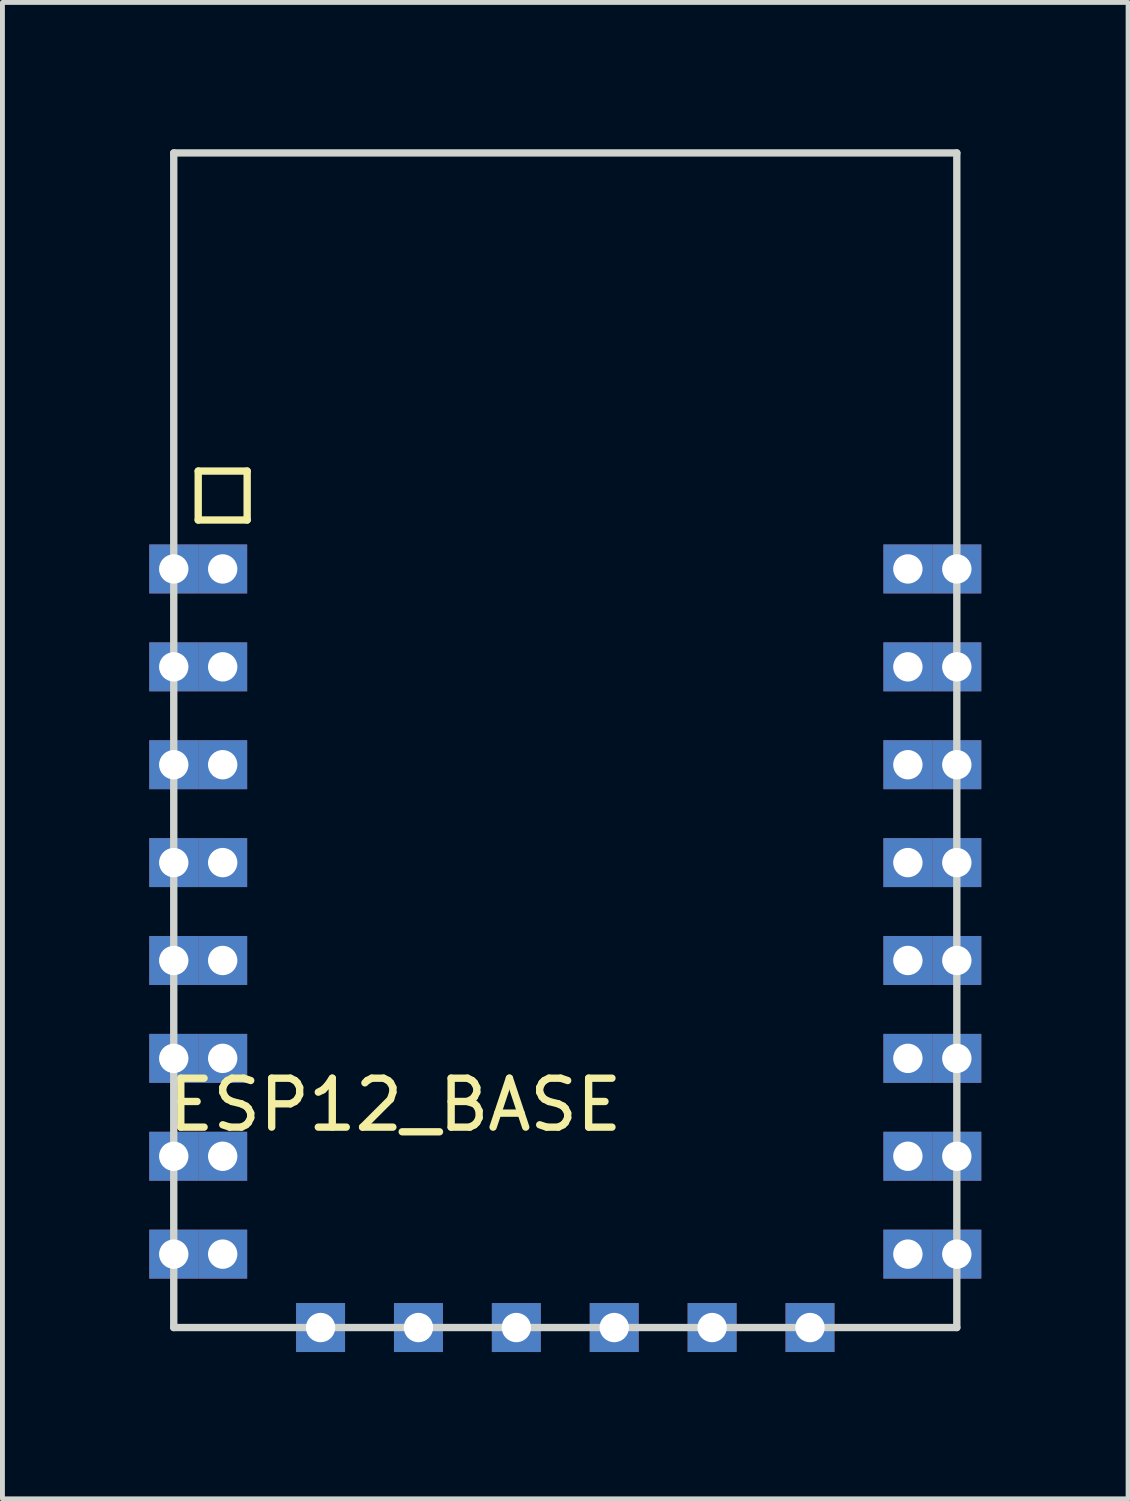
<source format=kicad_pcb>
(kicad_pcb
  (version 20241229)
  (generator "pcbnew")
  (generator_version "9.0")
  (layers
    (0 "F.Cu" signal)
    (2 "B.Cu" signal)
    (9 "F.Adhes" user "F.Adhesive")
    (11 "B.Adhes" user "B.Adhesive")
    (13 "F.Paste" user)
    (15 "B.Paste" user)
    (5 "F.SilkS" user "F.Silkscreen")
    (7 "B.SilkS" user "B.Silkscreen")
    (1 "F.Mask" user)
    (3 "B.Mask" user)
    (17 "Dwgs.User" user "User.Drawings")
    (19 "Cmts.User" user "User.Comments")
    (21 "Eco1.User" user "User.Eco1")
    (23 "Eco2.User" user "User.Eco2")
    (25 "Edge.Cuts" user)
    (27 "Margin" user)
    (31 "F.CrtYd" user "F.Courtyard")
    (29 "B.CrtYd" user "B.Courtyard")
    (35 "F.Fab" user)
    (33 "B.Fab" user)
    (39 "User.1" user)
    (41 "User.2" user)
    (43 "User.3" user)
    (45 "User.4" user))
  (footprint "ESP12_BASE"
    (layer "F.Cu")
    (at 8.5 12.075)
    (property "Reference" "ESP12_BASE" (at -3.475 7.45 0) (layer "F.SilkS") (effects (font (size 1 1) (thickness 0.15))))
    (attr through_hole)
    (fp_line (start -7.5 -5.5) (end -6.5 -5.5) (stroke (width 0.15) (type solid)) (layer "F.SilkS"))
    (fp_line (start -7.5 -4.5) (end -7.5 -5.5) (stroke (width 0.15) (type solid)) (layer "F.SilkS"))
    (fp_line (start -6.5 -5.5) (end -6.5 -4.5) (stroke (width 0.15) (type solid)) (layer "F.SilkS"))
    (fp_line (start -6.5 -4.5) (end -7.5 -4.5) (stroke (width 0.15) (type solid)) (layer "F.SilkS"))
    (fp_line (start -8 -12) (end 8 -12) (stroke (width 0.15) (type solid)) (layer "Edge.Cuts"))
    (fp_line (start -8 12) (end -8 -12) (stroke (width 0.15) (type solid)) (layer "Edge.Cuts"))
    (fp_line (start 8 -12) (end 8 12) (stroke (width 0.15) (type solid)) (layer "Edge.Cuts"))
    (fp_line (start 8 12) (end -8 12) (stroke (width 0.15) (type solid)) (layer "Edge.Cuts"))
    (pad "1" thru_hole rect (at -8 -3.5) (size 1 1) (drill 0.6) (layers "*.Cu" "*.Mask"))
    (pad "1" thru_hole rect (at -7 -3.5) (size 1 1) (drill 0.6) (layers "*.Cu" "*.Mask"))
    (pad "2" thru_hole rect (at -8 -1.5) (size 1 1) (drill 0.6) (layers "*.Cu" "*.Mask"))
    (pad "2" thru_hole rect (at -7 -1.5) (size 1 1) (drill 0.6) (layers "*.Cu" "*.Mask"))
    (pad "3" thru_hole rect (at -8 0.5) (size 1 1) (drill 0.6) (layers "*.Cu" "*.Mask"))
    (pad "3" thru_hole rect (at -7 0.5) (size 1 1) (drill 0.6) (layers "*.Cu" "*.Mask"))
    (pad "4" thru_hole rect (at -8 2.5) (size 1 1) (drill 0.6) (layers "*.Cu" "*.Mask"))
    (pad "4" thru_hole rect (at -7 2.5) (size 1 1) (drill 0.6) (layers "*.Cu" "*.Mask"))
    (pad "5" thru_hole rect (at -8 4.5) (size 1 1) (drill 0.6) (layers "*.Cu" "*.Mask"))
    (pad "5" thru_hole rect (at -7 4.5) (size 1 1) (drill 0.6) (layers "*.Cu" "*.Mask"))
    (pad "6" thru_hole rect (at -8 6.5) (size 1 1) (drill 0.6) (layers "*.Cu" "*.Mask"))
    (pad "6" thru_hole rect (at -7 6.5) (size 1 1) (drill 0.6) (layers "*.Cu" "*.Mask"))
    (pad "7" thru_hole rect (at -8 8.5) (size 1 1) (drill 0.6) (layers "*.Cu" "*.Mask"))
    (pad "7" thru_hole rect (at -7 8.5) (size 1 1) (drill 0.6) (layers "*.Cu" "*.Mask"))
    (pad "8" thru_hole rect (at -8 10.5) (size 1 1) (drill 0.6) (layers "*.Cu" "*.Mask"))
    (pad "8" thru_hole rect (at -7 10.5) (size 1 1) (drill 0.6) (layers "*.Cu" "*.Mask"))
    (pad "9" thru_hole rect (at -5 12) (size 1 1) (drill 0.6) (layers "*.Cu" "*.Mask"))
    (pad "10" thru_hole rect (at -3 12) (size 1 1) (drill 0.6) (layers "*.Cu" "*.Mask"))
    (pad "11" thru_hole rect (at -1 12) (size 1 1) (drill 0.6) (layers "*.Cu" "*.Mask"))
    (pad "12" thru_hole rect (at 1 12) (size 1 1) (drill 0.6) (layers "*.Cu" "*.Mask"))
    (pad "13" thru_hole rect (at 3 12) (size 1 1) (drill 0.6) (layers "*.Cu" "*.Mask"))
    (pad "14" thru_hole rect (at 5 12) (size 1 1) (drill 0.6) (layers "*.Cu" "*.Mask"))
    (pad "15" thru_hole rect (at 7 10.5) (size 1 1) (drill 0.6) (layers "*.Cu" "*.Mask"))
    (pad "15" thru_hole rect (at 8 10.5) (size 1 1) (drill 0.6) (layers "*.Cu" "*.Mask"))
    (pad "16" thru_hole rect (at 7 8.5) (size 1 1) (drill 0.6) (layers "*.Cu" "*.Mask"))
    (pad "16" thru_hole rect (at 8 8.5) (size 1 1) (drill 0.6) (layers "*.Cu" "*.Mask"))
    (pad "17" thru_hole rect (at 7 6.5) (size 1 1) (drill 0.6) (layers "*.Cu" "*.Mask"))
    (pad "17" thru_hole rect (at 8 6.5) (size 1 1) (drill 0.6) (layers "*.Cu" "*.Mask"))
    (pad "18" thru_hole rect (at 7 4.5) (size 1 1) (drill 0.6) (layers "*.Cu" "*.Mask"))
    (pad "18" thru_hole rect (at 8 4.5) (size 1 1) (drill 0.6) (layers "*.Cu" "*.Mask"))
    (pad "19" thru_hole rect (at 7 2.5) (size 1 1) (drill 0.6) (layers "*.Cu" "*.Mask"))
    (pad "19" thru_hole rect (at 8 2.5) (size 1 1) (drill 0.6) (layers "*.Cu" "*.Mask"))
    (pad "20" thru_hole rect (at 7 0.5) (size 1 1) (drill 0.6) (layers "*.Cu" "*.Mask"))
    (pad "20" thru_hole rect (at 8 0.5) (size 1 1) (drill 0.6) (layers "*.Cu" "*.Mask"))
    (pad "21" thru_hole rect (at 7 -1.5) (size 1 1) (drill 0.6) (layers "*.Cu" "*.Mask"))
    (pad "21" thru_hole rect (at 8 -1.5) (size 1 1) (drill 0.6) (layers "*.Cu" "*.Mask"))
    (pad "22" thru_hole rect (at 7 -3.5) (size 1 1) (drill 0.6) (layers "*.Cu" "*.Mask"))
    (pad "22" thru_hole rect (at 8 -3.5) (size 1 1) (drill 0.6) (layers "*.Cu" "*.Mask")))
  (gr_rect
    (start -3 -3)
    (end 20 27.575)
    (stroke (width 0.1) (type default))
    (fill no)
    (layer "Edge.Cuts")))
</source>
